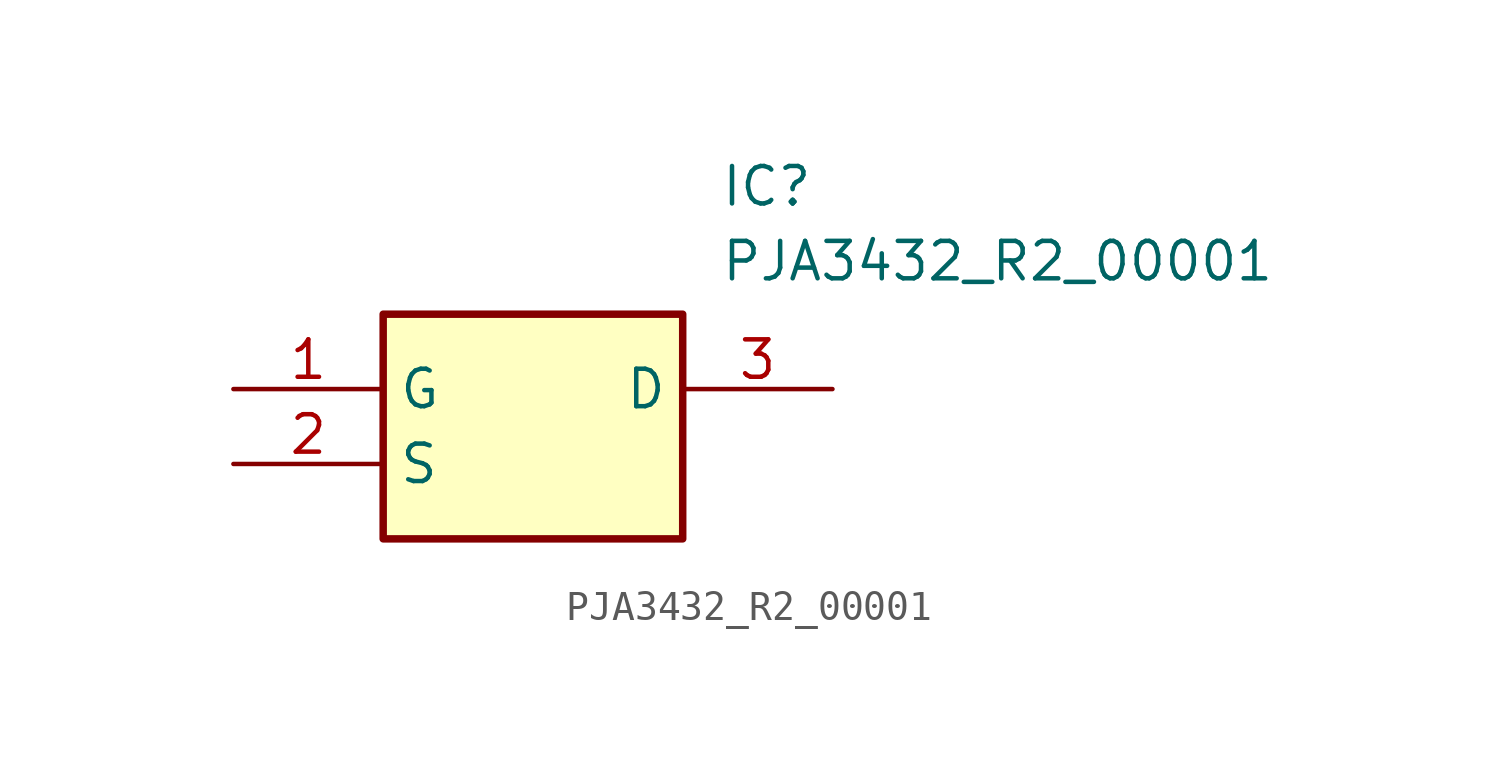
<source format=kicad_sym>
(kicad_symbol_lib
  (version 20211014)
  (generator SamacSys_ECAD_Model)
  (symbol "PJA3432_R2_00001"
    (property "Reference" "IC"
      (at 16.51 7.62 0)
      (effects (font (size 1.27 1.27)) (justify left top)))
    (property "Value" "PJA3432_R2_00001"
      (at 16.51 5.08 0)
      (effects (font (size 1.27 1.27)) (justify left top)))
    (rectangle
      (start 5.08 2.54)
      (end 15.24 -5.08)
      (stroke (width 0.254) (type default))
      (fill (type background)))
    (pin passive line
      (at 0 0 0)
      (length 5.08)
      (name "G" (effects (font (size 1.27 1.27))))
      (number "1" (effects (font (size 1.27 1.27)))))
    (pin passive line
      (at 0 -2.54 0)
      (length 5.08)
      (name "S" (effects (font (size 1.27 1.27))))
      (number "2" (effects (font (size 1.27 1.27)))))
    (pin passive line
      (at 20.32 0 180)
      (length 5.08)
      (name "D" (effects (font (size 1.27 1.27))))
      (number "3" (effects (font (size 1.27 1.27)))))))
</source>
